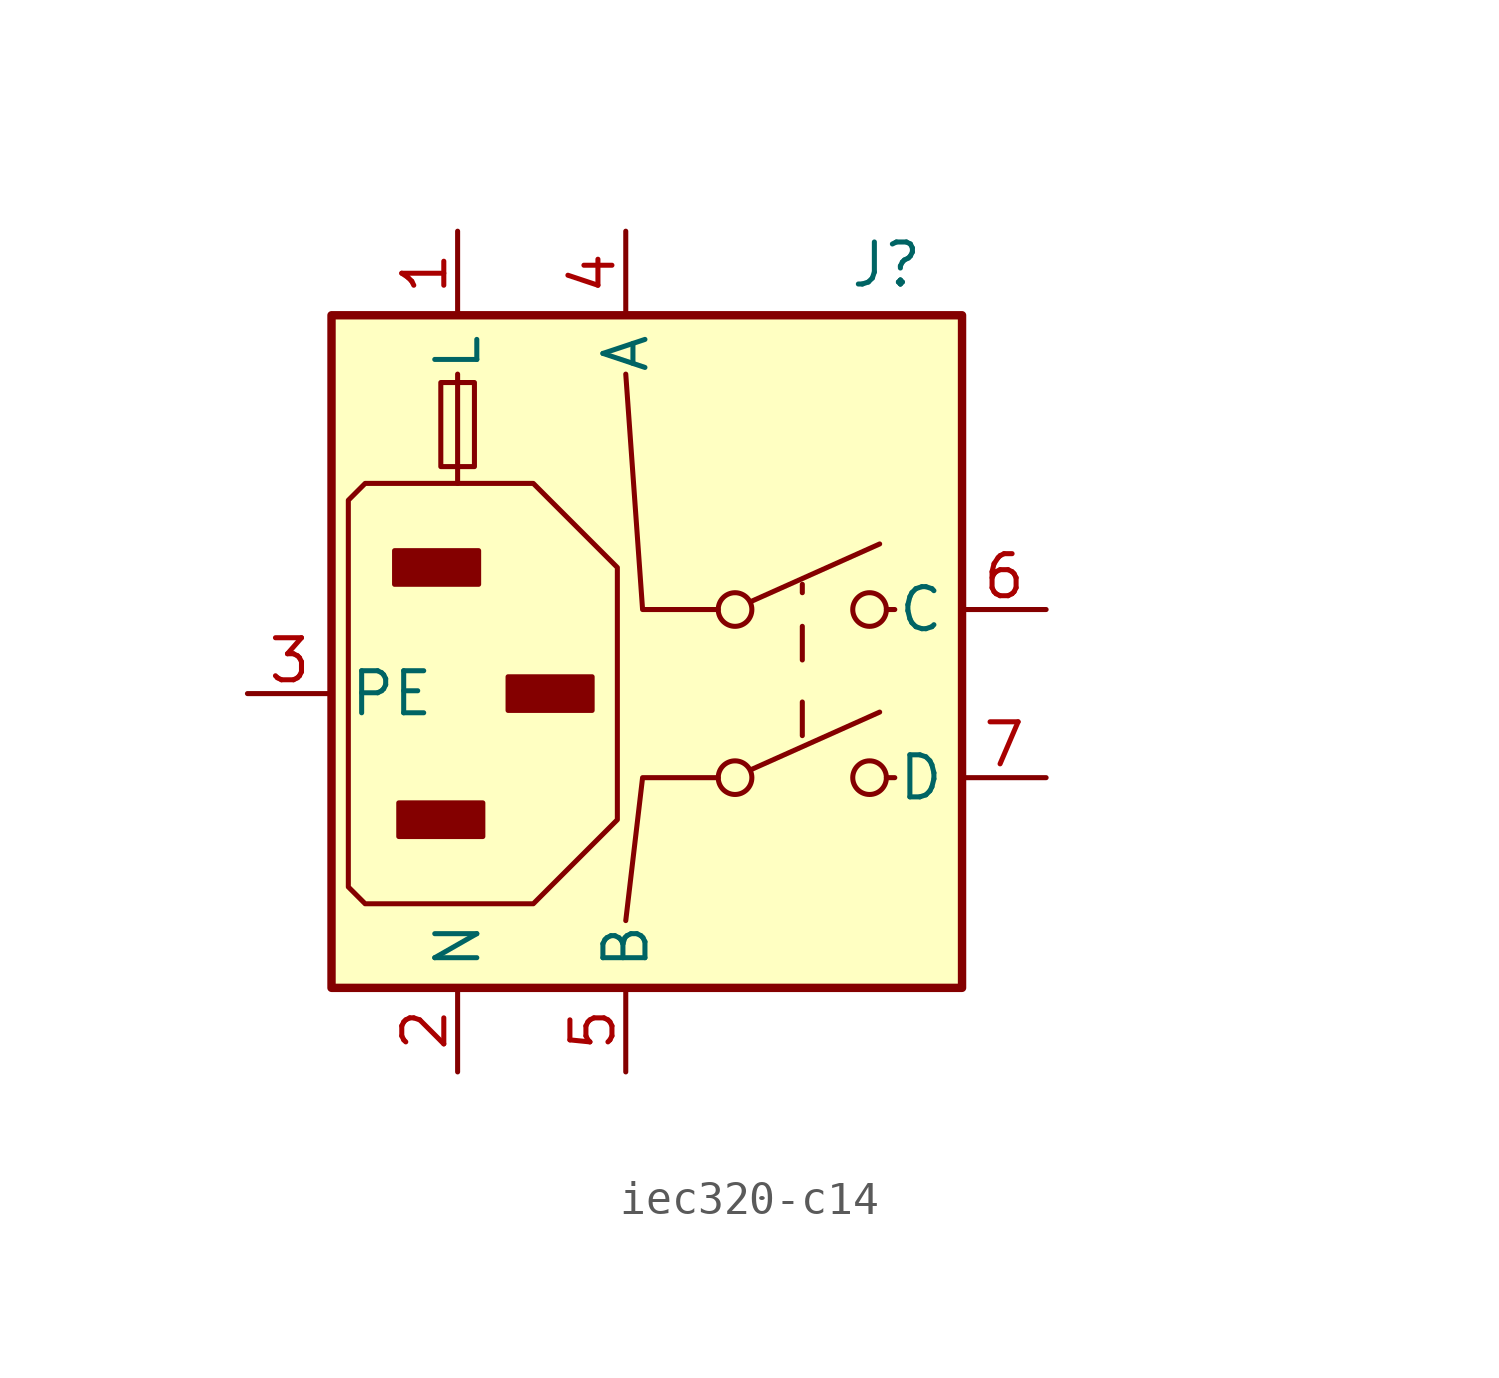
<source format=kicad_sym>
(kicad_symbol_lib
  (version 20231120)
  (generator "kicad_symbol_editor")
  (generator_version "8.0")
  (symbol "iec320-c14"
    (property "Reference" "J"
      (at 10.414 12.954 0)
      (effects (font (size 1.27 1.27))))
    (property "Value" ""
      (at 21.59 0 0)
      (effects (font (size 1.27 1.27))))
    (symbol "iec320-c14_0_0"
      (circle (center 5.842 -2.54) (radius 0.508) (stroke (width 0) (type default)) (fill (type none)))
      (circle (center 5.842 2.54) (radius 0.508) (stroke (width 0) (type default)) (fill (type none)))
      (circle (center 9.906 -2.54) (radius 0.508) (stroke (width 0) (type default)) (fill (type none)))
      (circle (center 9.906 2.54) (radius 0.508) (stroke (width 0) (type default)) (fill (type none))))
    (symbol "iec320-c14_0_1"
      (rectangle (start -3.048 9.398) (end -2.032 6.858) (stroke (width 0) (type default)) (fill (type none)))
      (polyline (pts (xy -2.54 6.858) (xy -2.54 6.35)) (stroke (width 0) (type default)) (fill (type none)))
      (polyline (pts (xy -2.54 6.858) (xy -2.54 9.398)) (stroke (width 0) (type default)) (fill (type none)))
      (polyline (pts (xy -2.54 9.398) (xy -2.54 9.652)) (stroke (width 0) (type default)) (fill (type none)))
      (polyline (pts (xy 6.35 -2.286) (xy 10.211 -0.559)) (stroke (width 0) (type default)) (fill (type none)))
      (polyline (pts (xy 6.35 2.794) (xy 10.211 4.521)) (stroke (width 0) (type default)) (fill (type none)))
      (polyline (pts (xy 7.874 -1.27) (xy 7.874 -0.254)) (stroke (width 0) (type default)) (fill (type none)))
      (polyline (pts (xy 7.874 1.016) (xy 7.874 2.032)) (stroke (width 0) (type default)) (fill (type none)))
      (polyline (pts (xy 7.874 3.048) (xy 7.874 3.302)) (stroke (width 0) (type default)) (fill (type none)))
      (polyline (pts (xy 10.414 -2.54) (xy 10.668 -2.54)) (stroke (width 0) (type default)) (fill (type none)))
      (polyline (pts (xy 10.414 2.54) (xy 10.668 2.54)) (stroke (width 0) (type default)) (fill (type none)))
      (polyline (pts (xy 2.54 -6.858) (xy 3.048 -2.54) (xy 5.334 -2.54)) (stroke (width 0) (type default)) (fill (type none)))
      (polyline (pts (xy 2.54 9.652) (xy 3.048 2.54) (xy 5.334 2.54)) (stroke (width 0) (type default)) (fill (type none))))
    (symbol "iec320-c14_1_1"
      (rectangle (start -6.35 11.43) (end 12.7 -8.89) (stroke (width 0.254) (type default)) (fill (type background)))
      (rectangle (start -4.445 3.302) (end -1.905 4.318) (stroke (width 0) (type default)) (fill (type outline)))
      (rectangle (start -4.318 -4.318) (end -1.778 -3.302) (stroke (width 0) (type default)) (fill (type outline)))
      (rectangle (start -1.016 -0.508) (end 1.524 0.508) (stroke (width 0) (type default)) (fill (type outline)))
      (polyline (pts (xy -5.334 6.35) (xy -5.842 5.842) (xy -5.842 -5.842) (xy -5.334 -6.35) (xy -0.254 -6.35) (xy 2.286 -3.81) (xy 2.286 3.81) (xy -0.254 6.35) (xy -5.334 6.35)) (stroke (width 0) (type default)) (fill (type background)))
      (pin power_in line (at -2.54 13.97 270) (length 2.54) (name "L" (effects (font (size 1.27 1.27)))) (number "1" (effects (font (size 1.27 1.27)))))
      (pin power_in line (at -2.54 -11.43 90) (length 2.54) (name "N" (effects (font (size 1.27 1.27)))) (number "2" (effects (font (size 1.27 1.27)))))
      (pin bidirectional line (at -8.89 0 0) (length 2.54) (name "PE" (effects (font (size 1.27 1.27)))) (number "3" (effects (font (size 1.27 1.27)))))
      (pin passive line (at 2.54 13.97 270) (length 2.54) (name "A" (effects (font (size 1.27 1.27)))) (number "4" (effects (font (size 1.27 1.27)))))
      (pin passive line (at 2.54 -11.43 90) (length 2.54) (name "B" (effects (font (size 1.27 1.27)))) (number "5" (effects (font (size 1.27 1.27)))))
      (pin passive line (at 15.24 2.54 180) (length 2.54) (name "C" (effects (font (size 1.27 1.27)))) (number "6" (effects (font (size 1.27 1.27)))))
      (pin passive line (at 15.24 -2.54 180) (length 2.54) (name "D" (effects (font (size 1.27 1.27)))) (number "7" (effects (font (size 1.27 1.27))))))))
</source>
